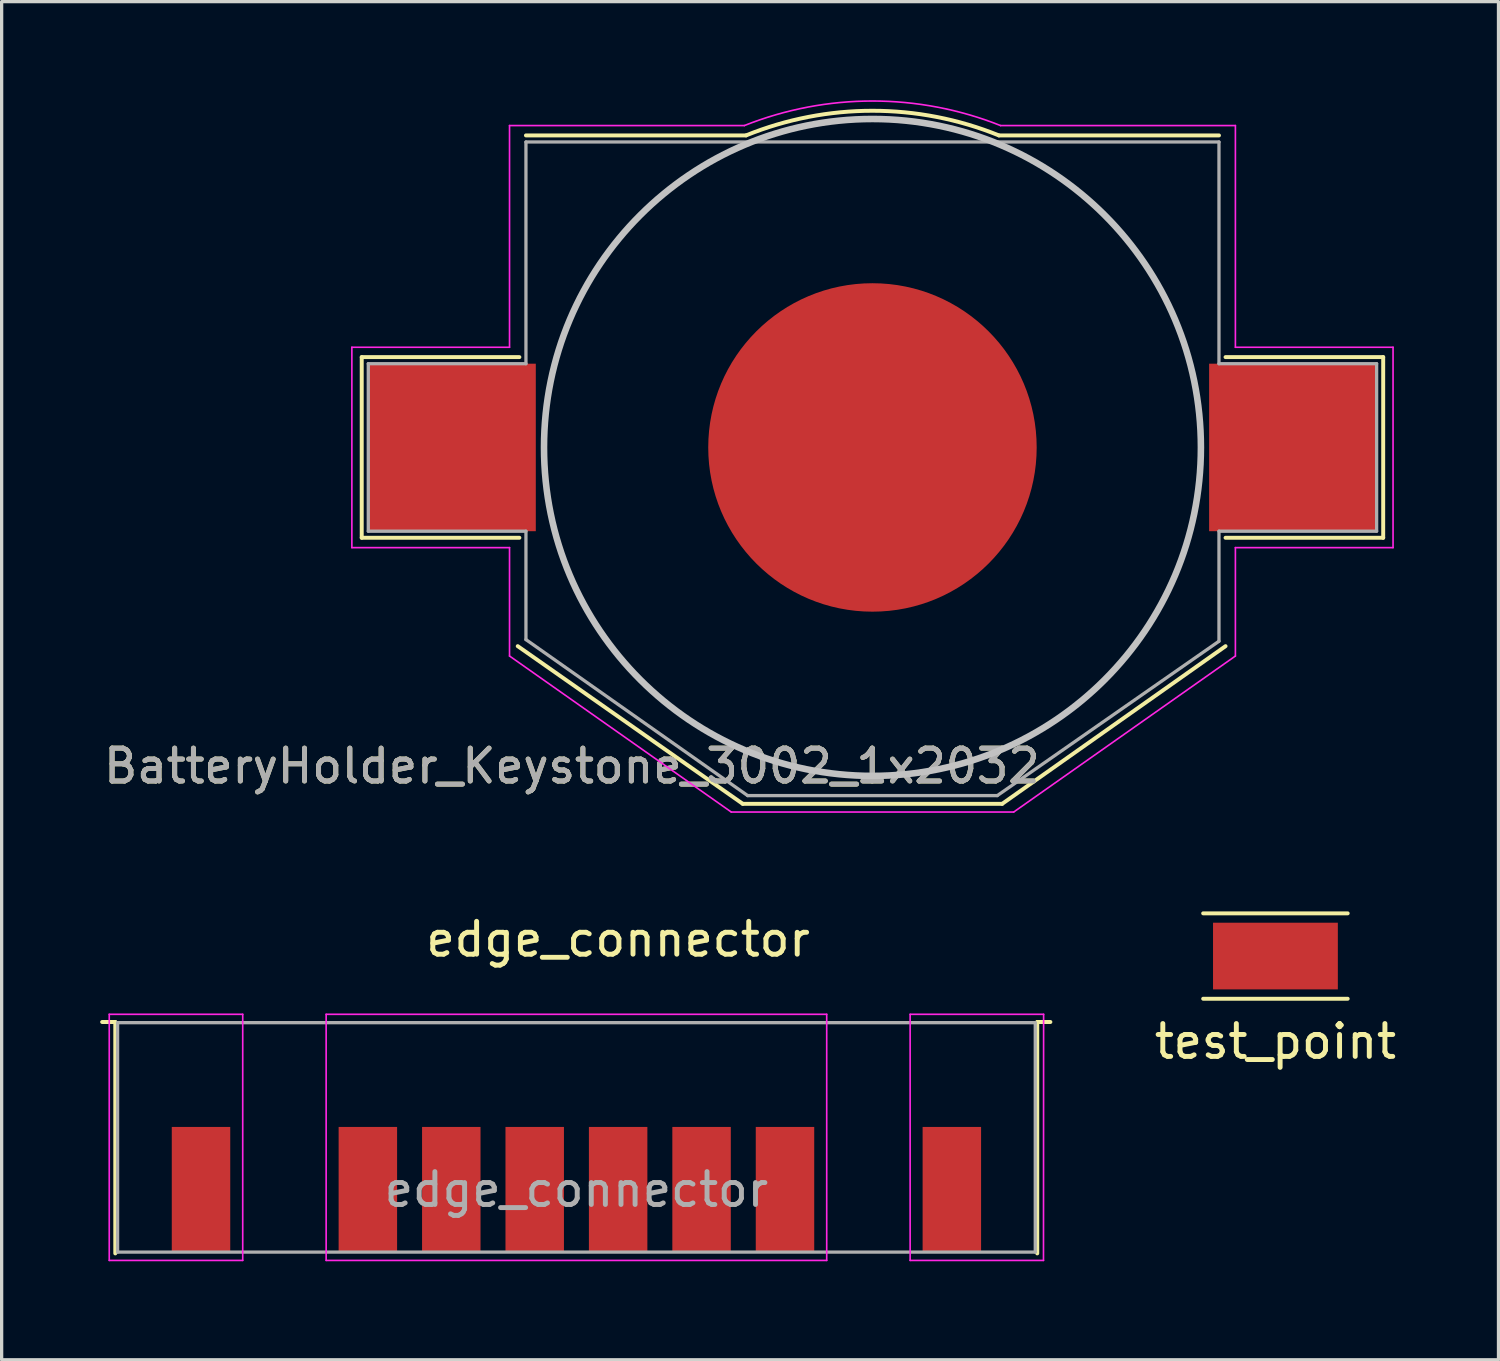
<source format=kicad_pcb>
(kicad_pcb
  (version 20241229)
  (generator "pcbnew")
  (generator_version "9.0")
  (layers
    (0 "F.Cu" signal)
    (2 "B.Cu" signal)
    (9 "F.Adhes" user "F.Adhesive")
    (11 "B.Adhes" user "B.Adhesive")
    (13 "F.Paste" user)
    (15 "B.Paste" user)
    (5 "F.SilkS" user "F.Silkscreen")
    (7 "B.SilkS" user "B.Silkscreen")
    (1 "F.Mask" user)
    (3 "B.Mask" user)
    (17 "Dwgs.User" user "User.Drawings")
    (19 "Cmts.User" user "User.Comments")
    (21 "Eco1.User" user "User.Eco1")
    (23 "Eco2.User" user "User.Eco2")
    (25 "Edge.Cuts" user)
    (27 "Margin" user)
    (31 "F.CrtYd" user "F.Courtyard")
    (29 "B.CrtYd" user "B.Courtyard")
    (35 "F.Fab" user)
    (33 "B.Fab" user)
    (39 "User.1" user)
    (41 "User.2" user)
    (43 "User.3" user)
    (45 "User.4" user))
  (footprint "test_point"
    (layer "F.Cu")
    (at 35.782 26.058)
    (property "Reference" "test_point" (at 0 2.6 0) (layer "F.SilkS") (effects (font (size 1 1) (thickness 0.15))))
    (attr smd)
    (fp_line (start -2.2 -1.3) (end 2.2 -1.3) (stroke (width 0.12) (type solid)) (layer "F.SilkS"))
    (fp_line (start 2.2 1.3) (end -2.2 1.3) (stroke (width 0.12) (type solid)) (layer "F.SilkS"))
    (pad "1" smd rect (at 0 0) (size 3.8 2.03) (layers "F.Cu" "F.Mask" "F.Paste")))
  (footprint "BatteryHolder_Keystone_3002_1x2032"
    (layer "F.Cu")
    (at 23.513 10.573)
    (property "Reference" "BatteryHolder_Keystone_3002_1x2032" (at -9.15 9.7 180) (layer "F.SilkS") (effects (font (size 1 1) (thickness 0.15))))
    (attr smd)
    (fp_line (start -15.55 -2.75) (end -15.55 2.75) (stroke (width 0.12) (type solid)) (layer "F.SilkS"))
    (fp_line (start -15.55 2.75) (end -10.75 2.75) (stroke (width 0.12) (type solid)) (layer "F.SilkS"))
    (fp_line (start -10.8 6.05) (end -3.95 10.85) (stroke (width 0.12) (type solid)) (layer "F.SilkS"))
    (fp_line (start -10.75 -2.75) (end -15.55 -2.75) (stroke (width 0.12) (type solid)) (layer "F.SilkS"))
    (fp_line (start -10.55 -9.5) (end -3.85 -9.5) (stroke (width 0.12) (type solid)) (layer "F.SilkS"))
    (fp_line (start -3.95 10.85) (end 3.95 10.85) (stroke (width 0.12) (type solid)) (layer "F.SilkS"))
    (fp_line (start 3.95 10.85) (end 10.75 6.05) (stroke (width 0.12) (type solid)) (layer "F.SilkS"))
    (fp_line (start 10.55 -9.5) (end 3.85 -9.5) (stroke (width 0.12) (type solid)) (layer "F.SilkS"))
    (fp_line (start 10.75 2.75) (end 15.55 2.75) (stroke (width 0.12) (type solid)) (layer "F.SilkS"))
    (fp_line (start 15.55 -2.75) (end 10.75 -2.75) (stroke (width 0.12) (type solid)) (layer "F.SilkS"))
    (fp_line (start 15.55 2.75) (end 15.55 -2.75) (stroke (width 0.12) (type solid)) (layer "F.SilkS"))
    (fp_arc (start -3.846385 -9.501464) (mid 0.00195 -10.250487) (end 3.85 -9.5) (stroke (width 0.12) (type solid)) (layer "F.SilkS"))
    (fp_circle (center 0 0) (end 10 0) (stroke (width 0.2) (type solid)) (fill no) (layer "Dwgs.User"))
    (fp_line (start -15.85 -3.05) (end -11.05 -3.05) (stroke (width 0.05) (type solid)) (layer "F.CrtYd"))
    (fp_line (start -15.85 3.05) (end -15.85 -3.05) (stroke (width 0.05) (type solid)) (layer "F.CrtYd"))
    (fp_line (start -11.05 -9.8) (end -3.9 -9.8) (stroke (width 0.05) (type solid)) (layer "F.CrtYd"))
    (fp_line (start -11.05 -3.05) (end -11.05 -9.8) (stroke (width 0.05) (type solid)) (layer "F.CrtYd"))
    (fp_line (start -11.05 3.05) (end -15.85 3.05) (stroke (width 0.05) (type solid)) (layer "F.CrtYd"))
    (fp_line (start -11.05 6.35) (end -11.05 3.05) (stroke (width 0.05) (type solid)) (layer "F.CrtYd"))
    (fp_line (start -4.3 11.1) (end -11.05 6.35) (stroke (width 0.05) (type solid)) (layer "F.CrtYd"))
    (fp_line (start 4.3 11.1) (end -4.3 11.1) (stroke (width 0.05) (type solid)) (layer "F.CrtYd"))
    (fp_line (start 11.05 -9.8) (end 3.9 -9.8) (stroke (width 0.05) (type solid)) (layer "F.CrtYd"))
    (fp_line (start 11.05 -9.8) (end 11.05 -3.05) (stroke (width 0.05) (type solid)) (layer "F.CrtYd"))
    (fp_line (start 11.05 -3.05) (end 15.85 -3.05) (stroke (width 0.05) (type solid)) (layer "F.CrtYd"))
    (fp_line (start 11.05 3.05) (end 11.05 6.35) (stroke (width 0.05) (type solid)) (layer "F.CrtYd"))
    (fp_line (start 11.05 6.35) (end 4.3 11.1) (stroke (width 0.05) (type solid)) (layer "F.CrtYd"))
    (fp_line (start 15.85 -3.05) (end 15.85 3.05) (stroke (width 0.05) (type solid)) (layer "F.CrtYd"))
    (fp_line (start 15.85 3.05) (end 11.05 3.05) (stroke (width 0.05) (type solid)) (layer "F.CrtYd"))
    (fp_arc (start -3.9 -9.8) (mid 0 -10.547512) (end 3.9 -9.8) (stroke (width 0.05) (type solid)) (layer "F.CrtYd"))
    (fp_line (start -15.35 -2.55) (end -15.35 2.55) (stroke (width 0.1) (type solid)) (layer "F.Fab"))
    (fp_line (start -15.35 -2.55) (end -10.55 -2.55) (stroke (width 0.1) (type solid)) (layer "F.Fab"))
    (fp_line (start -15.35 2.55) (end -10.55 2.55) (stroke (width 0.1) (type solid)) (layer "F.Fab"))
    (fp_line (start -10.55 -2.55) (end -10.55 -9.3) (stroke (width 0.1) (type solid)) (layer "F.Fab"))
    (fp_line (start -10.55 2.55) (end -10.55 5.85) (stroke (width 0.1) (type solid)) (layer "F.Fab"))
    (fp_line (start -10.55 5.85) (end -3.8 10.6) (stroke (width 0.1) (type solid)) (layer "F.Fab"))
    (fp_line (start -3.8 10.6) (end 3.8 10.6) (stroke (width 0.1) (type solid)) (layer "F.Fab"))
    (fp_line (start 10.55 -9.3) (end -10.55 -9.3) (stroke (width 0.1) (type solid)) (layer "F.Fab"))
    (fp_line (start 10.55 -2.55) (end 10.55 -9.3) (stroke (width 0.1) (type solid)) (layer "F.Fab"))
    (fp_line (start 10.55 2.55) (end 10.55 5.9) (stroke (width 0.1) (type solid)) (layer "F.Fab"))
    (fp_line (start 10.55 2.55) (end 15.35 2.55) (stroke (width 0.1) (type solid)) (layer "F.Fab"))
    (fp_line (start 10.55 5.9) (end 3.8 10.6) (stroke (width 0.1) (type solid)) (layer "F.Fab"))
    (fp_line (start 15.35 -2.55) (end 10.55 -2.55) (stroke (width 0.1) (type solid)) (layer "F.Fab"))
    (fp_line (start 15.35 2.55) (end 15.35 -2.55) (stroke (width 0.1) (type solid)) (layer "F.Fab"))
    (fp_text user "${REFERENCE}" (at -9.15 9.7 180) (layer "F.Fab") (effects (font (size 1 1) (thickness 0.15))))
    (pad "1" smd rect (at -12.8 0) (size 5.1 5.1) (layers "F.Cu" "F.Mask" "F.Paste"))
    (pad "1" smd rect (at 12.8 0) (size 5.1 5.1) (layers "F.Cu" "F.Mask" "F.Paste"))
    (pad "2" smd circle (at 0 0) (size 10 10) (layers "F.Cu" "F.Mask")))
  (footprint "edge_connector"
    (layer "F.Cu")
    (at 25.93 33.166)
    (property "Reference" "edge_connector" (at -10.16 -7.62 0) (layer "F.SilkS") (effects (font (size 1 1) (thickness 0.15))))
    (attr exclude_from_pos_files exclude_from_bom)
    (fp_line (start -25.47 -5.1) (end -25.87 -5.1) (stroke (width 0.12) (type solid)) (layer "F.SilkS"))
    (fp_line (start -25.47 1.945) (end -25.47 -5.1) (stroke (width 0.12) (type solid)) (layer "F.SilkS"))
    (fp_line (start 2.6 -5.1) (end 3 -5.1) (stroke (width 0.12) (type solid)) (layer "F.SilkS"))
    (fp_line (start 2.6 1.945) (end 2.6 -5.1) (stroke (width 0.12) (type solid)) (layer "F.SilkS"))
    (fp_line (start -25.654 -5.334) (end -21.59 -5.334) (stroke (width 0.05) (type solid)) (layer "F.CrtYd"))
    (fp_line (start -25.654 2.159) (end -25.654 -5.334) (stroke (width 0.05) (type solid)) (layer "F.CrtYd"))
    (fp_line (start -21.59 2.159) (end -25.654 2.159) (stroke (width 0.05) (type solid)) (layer "F.CrtYd"))
    (fp_line (start -21.59 2.159) (end -21.59 -5.334) (stroke (width 0.05) (type solid)) (layer "F.CrtYd"))
    (fp_line (start -19.05 -5.334) (end -3.81 -5.334) (stroke (width 0.05) (type solid)) (layer "F.CrtYd"))
    (fp_line (start -19.05 2.159) (end -19.05 -5.334) (stroke (width 0.05) (type solid)) (layer "F.CrtYd"))
    (fp_line (start -19.05 2.159) (end -3.81 2.159) (stroke (width 0.05) (type solid)) (layer "F.CrtYd"))
    (fp_line (start -3.81 2.159) (end -3.81 -5.334) (stroke (width 0.05) (type solid)) (layer "F.CrtYd"))
    (fp_line (start -1.27 -5.334) (end 2.794 -5.334) (stroke (width 0.05) (type solid)) (layer "F.CrtYd"))
    (fp_line (start -1.27 2.159) (end -1.27 -5.334) (stroke (width 0.05) (type solid)) (layer "F.CrtYd"))
    (fp_line (start -1.27 2.159) (end 2.79 2.159) (stroke (width 0.05) (type solid)) (layer "F.CrtYd"))
    (fp_line (start 2.79 2.159) (end 2.794 -5.334) (stroke (width 0.05) (type solid)) (layer "F.CrtYd"))
    (fp_line (start -25.4 -5.08) (end 2.54 -5.08) (stroke (width 0.1) (type solid)) (layer "F.Fab"))
    (fp_line (start -25.4 1.905) (end -25.4 -5.08) (stroke (width 0.1) (type solid)) (layer "F.Fab"))
    (fp_line (start 2.54 -5.08) (end 2.54 1.905) (stroke (width 0.1) (type solid)) (layer "F.Fab"))
    (fp_line (start 2.54 1.905) (end -25.4 1.905) (stroke (width 0.1) (type solid)) (layer "F.Fab"))
    (fp_text user "${REFERENCE}" (at -11.43 0 0) (layer "F.Fab") (effects (font (size 1 1) (thickness 0.15))))
    (pad "1" connect rect (at 0 0) (size 1.78 3.81) (layers "F.Cu" "F.Mask"))
    (pad "2" connect rect (at -5.08 0) (size 1.78 3.81) (layers "F.Cu" "F.Mask"))
    (pad "3" connect rect (at -7.62 0) (size 1.78 3.81) (layers "F.Cu" "F.Mask"))
    (pad "4" connect rect (at -10.16 0) (size 1.78 3.81) (layers "F.Cu" "F.Mask"))
    (pad "5" connect rect (at -12.7 0) (size 1.78 3.81) (layers "F.Cu" "F.Mask"))
    (pad "6" connect rect (at -15.24 0) (size 1.78 3.81) (layers "F.Cu" "F.Mask"))
    (pad "7" connect rect (at -17.78 0) (size 1.78 3.81) (layers "F.Cu" "F.Mask"))
    (pad "8" connect rect (at -22.86 0) (size 1.78 3.81) (layers "F.Cu" "F.Mask")))
  (gr_rect
    (start -3 -3)
    (end 42.573 38.35)
    (stroke (width 0.1) (type default))
    (fill no)
    (layer "Edge.Cuts")))
</source>
